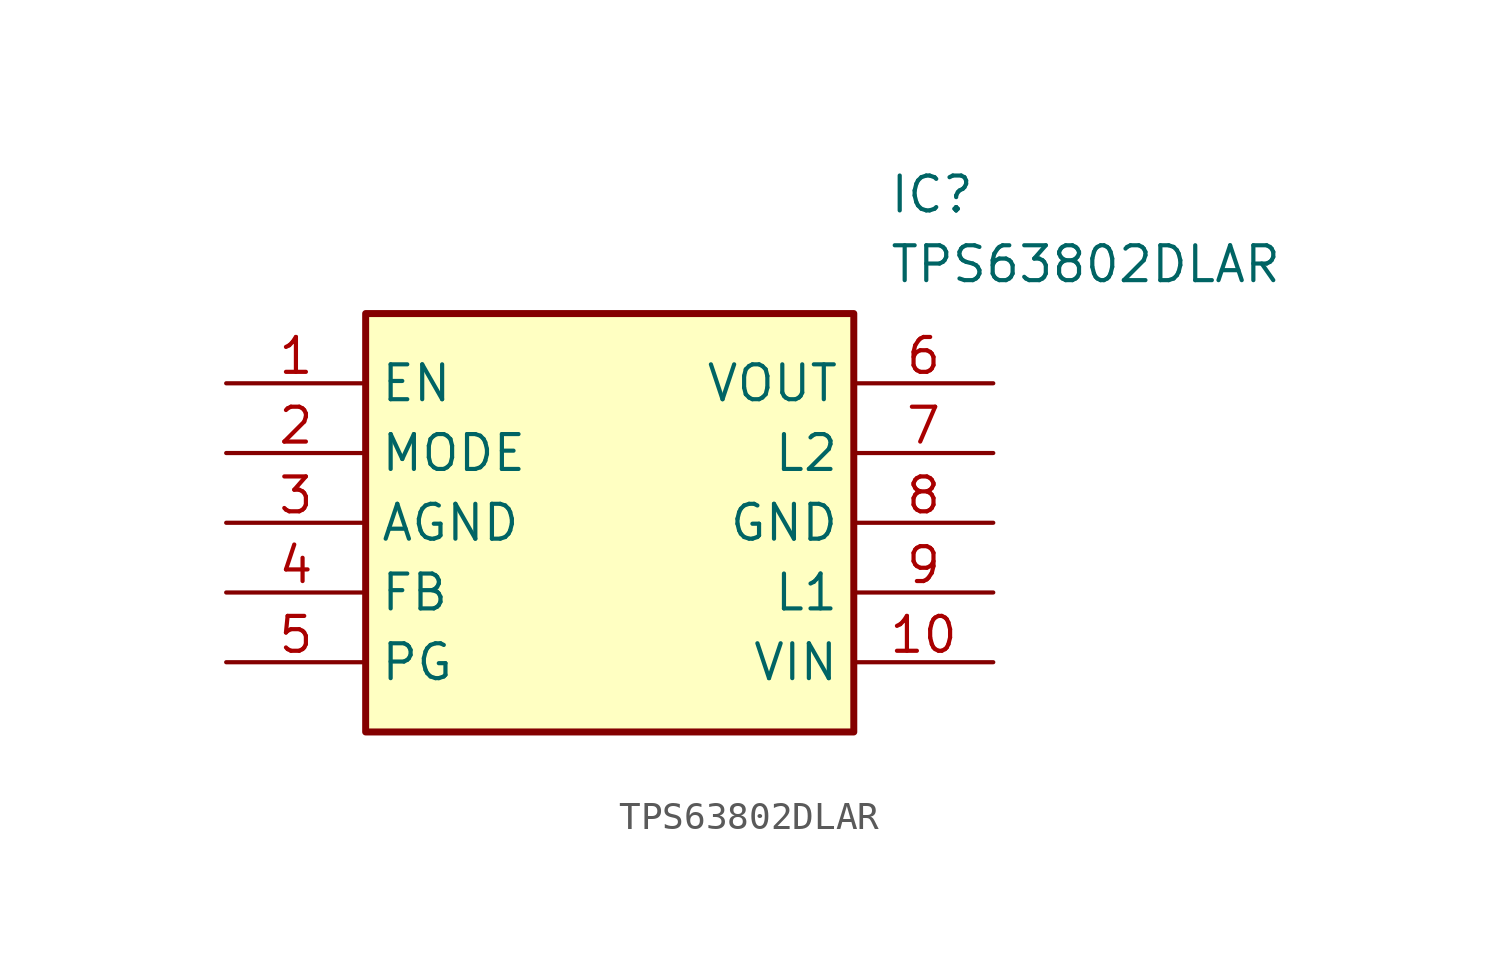
<source format=kicad_sym>
(kicad_symbol_lib
  (version 20211014)
  (generator SamacSys_ECAD_Model)
  (symbol "TPS63802DLAR"
    (property "Reference" "IC"
      (at 24.13 7.62 0)
      (effects (font (size 1.27 1.27)) (justify left top)))
    (property "Value" "TPS63802DLAR"
      (at 24.13 5.08 0)
      (effects (font (size 1.27 1.27)) (justify left top)))
    (rectangle
      (start 5.08 2.54)
      (end 22.86 -12.7)
      (stroke (width 0.254) (type default))
      (fill (type background)))
    (pin passive line
      (at 0 0 0)
      (length 5.08)
      (name "EN" (effects (font (size 1.27 1.27))))
      (number "1" (effects (font (size 1.27 1.27)))))
    (pin passive line
      (at 0 -2.54 0)
      (length 5.08)
      (name "MODE" (effects (font (size 1.27 1.27))))
      (number "2" (effects (font (size 1.27 1.27)))))
    (pin passive line
      (at 0 -5.08 0)
      (length 5.08)
      (name "AGND" (effects (font (size 1.27 1.27))))
      (number "3" (effects (font (size 1.27 1.27)))))
    (pin passive line
      (at 0 -7.62 0)
      (length 5.08)
      (name "FB" (effects (font (size 1.27 1.27))))
      (number "4" (effects (font (size 1.27 1.27)))))
    (pin passive line
      (at 0 -10.16 0)
      (length 5.08)
      (name "PG" (effects (font (size 1.27 1.27))))
      (number "5" (effects (font (size 1.27 1.27)))))
    (pin passive line
      (at 27.94 0 180)
      (length 5.08)
      (name "VOUT" (effects (font (size 1.27 1.27))))
      (number "6" (effects (font (size 1.27 1.27)))))
    (pin passive line
      (at 27.94 -2.54 180)
      (length 5.08)
      (name "L2" (effects (font (size 1.27 1.27))))
      (number "7" (effects (font (size 1.27 1.27)))))
    (pin passive line
      (at 27.94 -5.08 180)
      (length 5.08)
      (name "GND" (effects (font (size 1.27 1.27))))
      (number "8" (effects (font (size 1.27 1.27)))))
    (pin passive line
      (at 27.94 -7.62 180)
      (length 5.08)
      (name "L1" (effects (font (size 1.27 1.27))))
      (number "9" (effects (font (size 1.27 1.27)))))
    (pin passive line
      (at 27.94 -10.16 180)
      (length 5.08)
      (name "VIN" (effects (font (size 1.27 1.27))))
      (number "10" (effects (font (size 1.27 1.27)))))))
</source>
